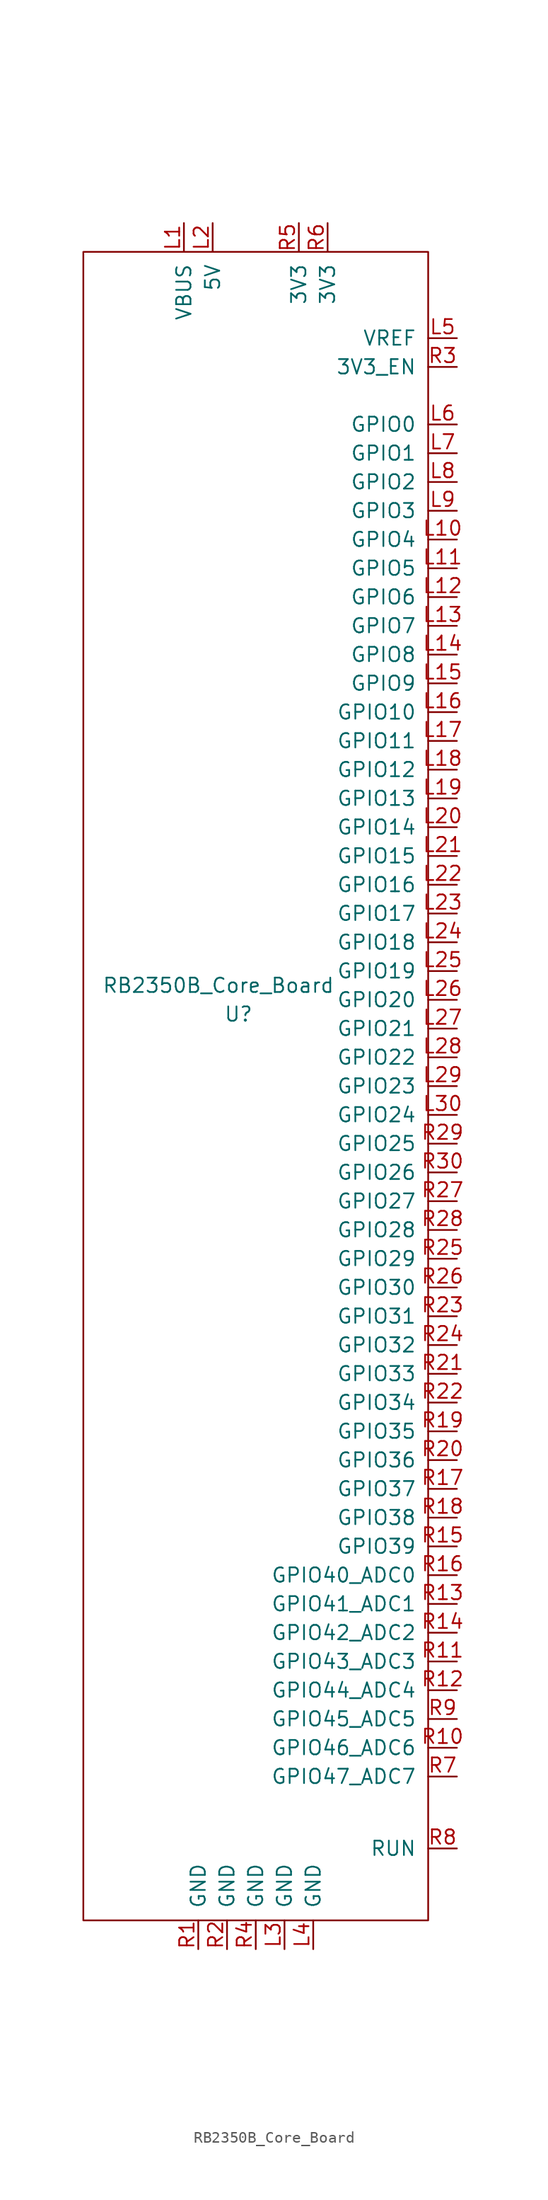
<source format=kicad_sym>
(kicad_symbol_lib
  (version 20241209)
  (generator "kicad_symbol_editor")
  (generator_version "9.0")
  (symbol "RB2350B_Core_Board"
    (pin_names
      (offset 1.016))
    (property "Reference" "U"
      (at -1.524 6.35 0)
      (effects (font (size 1.27 1.27))))
    (property "Value" "RB2350B_Core_Board"
      (at -3.302 8.89 0)
      (effects (font (size 1.27 1.27))))
    (symbol "RB2350B_Core_Board_0_1"
      (rectangle (start -15.24 73.66) (end 15.24 -73.66) (stroke (width 0) (type default)) (fill (type none))))
    (symbol "RB2350B_Core_Board_1_1"
      (pin power_out line (at -6.35 76.2 270) (length 2.54) (name "VBUS" (effects (font (size 1.27 1.27)))) (number "L1" (effects (font (size 1.27 1.27)))))
      (pin power_in line (at -5.08 -76.2 90) (length 2.54) (name "GND" (effects (font (size 1.27 1.27)))) (number "R1" (effects (font (size 1.27 1.27)))))
      (pin power_out line (at -3.81 76.2 270) (length 2.54) (name "5V" (effects (font (size 1.27 1.27)))) (number "L2" (effects (font (size 1.27 1.27)))))
      (pin power_in line (at -2.54 -76.2 90) (length 2.54) (name "GND" (effects (font (size 1.27 1.27)))) (number "R2" (effects (font (size 1.27 1.27)))))
      (pin power_in line (at 0 -76.2 90) (length 2.54) (name "GND" (effects (font (size 1.27 1.27)))) (number "R4" (effects (font (size 1.27 1.27)))))
      (pin power_in line (at 2.54 -76.2 90) (length 2.54) (name "GND" (effects (font (size 1.27 1.27)))) (number "L3" (effects (font (size 1.27 1.27)))))
      (pin power_out line (at 3.81 76.2 270) (length 2.54) (name "3V3" (effects (font (size 1.27 1.27)))) (number "R5" (effects (font (size 1.27 1.27)))))
      (pin power_in line (at 5.08 -76.2 90) (length 2.54) (name "GND" (effects (font (size 1.27 1.27)))) (number "L4" (effects (font (size 1.27 1.27)))))
      (pin power_out line (at 6.35 76.2 270) (length 2.54) (name "3V3" (effects (font (size 1.27 1.27)))) (number "R6" (effects (font (size 1.27 1.27)))))
      (pin input line (at 17.78 66.04 180) (length 2.54) (name "VREF" (effects (font (size 1.27 1.27)))) (number "L5" (effects (font (size 1.27 1.27)))))
      (pin input line (at 17.78 63.5 180) (length 2.54) (name "3V3_EN" (effects (font (size 1.27 1.27)))) (number "R3" (effects (font (size 1.27 1.27)))))
      (pin bidirectional line (at 17.78 58.42 180) (length 2.54) (name "GPIO0" (effects (font (size 1.27 1.27)))) (number "L6" (effects (font (size 1.27 1.27)))))
      (pin bidirectional line (at 17.78 55.88 180) (length 2.54) (name "GPIO1" (effects (font (size 1.27 1.27)))) (number "L7" (effects (font (size 1.27 1.27)))))
      (pin bidirectional line (at 17.78 53.34 180) (length 2.54) (name "GPIO2" (effects (font (size 1.27 1.27)))) (number "L8" (effects (font (size 1.27 1.27)))))
      (pin bidirectional line (at 17.78 50.8 180) (length 2.54) (name "GPIO3" (effects (font (size 1.27 1.27)))) (number "L9" (effects (font (size 1.27 1.27)))))
      (pin bidirectional line (at 17.78 48.26 180) (length 2.54) (name "GPIO4" (effects (font (size 1.27 1.27)))) (number "L10" (effects (font (size 1.27 1.27)))))
      (pin bidirectional line (at 17.78 45.72 180) (length 2.54) (name "GPIO5" (effects (font (size 1.27 1.27)))) (number "L11" (effects (font (size 1.27 1.27)))))
      (pin bidirectional line (at 17.78 43.18 180) (length 2.54) (name "GPIO6" (effects (font (size 1.27 1.27)))) (number "L12" (effects (font (size 1.27 1.27)))))
      (pin bidirectional line (at 17.78 40.64 180) (length 2.54) (name "GPIO7" (effects (font (size 1.27 1.27)))) (number "L13" (effects (font (size 1.27 1.27)))))
      (pin bidirectional line (at 17.78 38.1 180) (length 2.54) (name "GPIO8" (effects (font (size 1.27 1.27)))) (number "L14" (effects (font (size 1.27 1.27)))))
      (pin bidirectional line (at 17.78 35.56 180) (length 2.54) (name "GPIO9" (effects (font (size 1.27 1.27)))) (number "L15" (effects (font (size 1.27 1.27)))))
      (pin bidirectional line (at 17.78 33.02 180) (length 2.54) (name "GPIO10" (effects (font (size 1.27 1.27)))) (number "L16" (effects (font (size 1.27 1.27)))))
      (pin bidirectional line (at 17.78 30.48 180) (length 2.54) (name "GPIO11" (effects (font (size 1.27 1.27)))) (number "L17" (effects (font (size 1.27 1.27)))))
      (pin bidirectional line (at 17.78 27.94 180) (length 2.54) (name "GPIO12" (effects (font (size 1.27 1.27)))) (number "L18" (effects (font (size 1.27 1.27)))))
      (pin bidirectional line (at 17.78 25.4 180) (length 2.54) (name "GPIO13" (effects (font (size 1.27 1.27)))) (number "L19" (effects (font (size 1.27 1.27)))))
      (pin bidirectional line (at 17.78 22.86 180) (length 2.54) (name "GPIO14" (effects (font (size 1.27 1.27)))) (number "L20" (effects (font (size 1.27 1.27)))))
      (pin bidirectional line (at 17.78 20.32 180) (length 2.54) (name "GPIO15" (effects (font (size 1.27 1.27)))) (number "L21" (effects (font (size 1.27 1.27)))))
      (pin bidirectional line (at 17.78 17.78 180) (length 2.54) (name "GPIO16" (effects (font (size 1.27 1.27)))) (number "L22" (effects (font (size 1.27 1.27)))))
      (pin bidirectional line (at 17.78 15.24 180) (length 2.54) (name "GPIO17" (effects (font (size 1.27 1.27)))) (number "L23" (effects (font (size 1.27 1.27)))))
      (pin bidirectional line (at 17.78 12.7 180) (length 2.54) (name "GPIO18" (effects (font (size 1.27 1.27)))) (number "L24" (effects (font (size 1.27 1.27)))))
      (pin bidirectional line (at 17.78 10.16 180) (length 2.54) (name "GPIO19" (effects (font (size 1.27 1.27)))) (number "L25" (effects (font (size 1.27 1.27)))))
      (pin bidirectional line (at 17.78 7.62 180) (length 2.54) (name "GPIO20" (effects (font (size 1.27 1.27)))) (number "L26" (effects (font (size 1.27 1.27)))))
      (pin bidirectional line (at 17.78 5.08 180) (length 2.54) (name "GPIO21" (effects (font (size 1.27 1.27)))) (number "L27" (effects (font (size 1.27 1.27)))))
      (pin bidirectional line (at 17.78 2.54 180) (length 2.54) (name "GPIO22" (effects (font (size 1.27 1.27)))) (number "L28" (effects (font (size 1.27 1.27)))))
      (pin bidirectional line (at 17.78 0 180) (length 2.54) (name "GPIO23" (effects (font (size 1.27 1.27)))) (number "L29" (effects (font (size 1.27 1.27)))))
      (pin bidirectional line (at 17.78 -2.54 180) (length 2.54) (name "GPIO24" (effects (font (size 1.27 1.27)))) (number "L30" (effects (font (size 1.27 1.27)))))
      (pin bidirectional line (at 17.78 -5.08 180) (length 2.54) (name "GPIO25" (effects (font (size 1.27 1.27)))) (number "R29" (effects (font (size 1.27 1.27)))))
      (pin bidirectional line (at 17.78 -7.62 180) (length 2.54) (name "GPIO26" (effects (font (size 1.27 1.27)))) (number "R30" (effects (font (size 1.27 1.27)))))
      (pin bidirectional line (at 17.78 -10.16 180) (length 2.54) (name "GPIO27" (effects (font (size 1.27 1.27)))) (number "R27" (effects (font (size 1.27 1.27)))))
      (pin bidirectional line (at 17.78 -12.7 180) (length 2.54) (name "GPIO28" (effects (font (size 1.27 1.27)))) (number "R28" (effects (font (size 1.27 1.27)))))
      (pin bidirectional line (at 17.78 -15.24 180) (length 2.54) (name "GPIO29" (effects (font (size 1.27 1.27)))) (number "R25" (effects (font (size 1.27 1.27)))))
      (pin bidirectional line (at 17.78 -17.78 180) (length 2.54) (name "GPIO30" (effects (font (size 1.27 1.27)))) (number "R26" (effects (font (size 1.27 1.27)))))
      (pin bidirectional line (at 17.78 -20.32 180) (length 2.54) (name "GPIO31" (effects (font (size 1.27 1.27)))) (number "R23" (effects (font (size 1.27 1.27)))))
      (pin bidirectional line (at 17.78 -22.86 180) (length 2.54) (name "GPIO32" (effects (font (size 1.27 1.27)))) (number "R24" (effects (font (size 1.27 1.27)))))
      (pin bidirectional line (at 17.78 -25.4 180) (length 2.54) (name "GPIO33" (effects (font (size 1.27 1.27)))) (number "R21" (effects (font (size 1.27 1.27)))))
      (pin bidirectional line (at 17.78 -27.94 180) (length 2.54) (name "GPIO34" (effects (font (size 1.27 1.27)))) (number "R22" (effects (font (size 1.27 1.27)))))
      (pin bidirectional line (at 17.78 -30.48 180) (length 2.54) (name "GPIO35" (effects (font (size 1.27 1.27)))) (number "R19" (effects (font (size 1.27 1.27)))))
      (pin bidirectional line (at 17.78 -33.02 180) (length 2.54) (name "GPIO36" (effects (font (size 1.27 1.27)))) (number "R20" (effects (font (size 1.27 1.27)))))
      (pin bidirectional line (at 17.78 -35.56 180) (length 2.54) (name "GPIO37" (effects (font (size 1.27 1.27)))) (number "R17" (effects (font (size 1.27 1.27)))))
      (pin bidirectional line (at 17.78 -38.1 180) (length 2.54) (name "GPIO38" (effects (font (size 1.27 1.27)))) (number "R18" (effects (font (size 1.27 1.27)))))
      (pin bidirectional line (at 17.78 -40.64 180) (length 2.54) (name "GPIO39" (effects (font (size 1.27 1.27)))) (number "R15" (effects (font (size 1.27 1.27)))))
      (pin bidirectional line (at 17.78 -43.18 180) (length 2.54) (name "GPIO40_ADC0" (effects (font (size 1.27 1.27)))) (number "R16" (effects (font (size 1.27 1.27)))))
      (pin bidirectional line (at 17.78 -45.72 180) (length 2.54) (name "GPIO41_ADC1" (effects (font (size 1.27 1.27)))) (number "R13" (effects (font (size 1.27 1.27)))))
      (pin bidirectional line (at 17.78 -48.26 180) (length 2.54) (name "GPIO42_ADC2" (effects (font (size 1.27 1.27)))) (number "R14" (effects (font (size 1.27 1.27)))))
      (pin bidirectional line (at 17.78 -50.8 180) (length 2.54) (name "GPIO43_ADC3" (effects (font (size 1.27 1.27)))) (number "R11" (effects (font (size 1.27 1.27)))))
      (pin bidirectional line (at 17.78 -53.34 180) (length 2.54) (name "GPIO44_ADC4" (effects (font (size 1.27 1.27)))) (number "R12" (effects (font (size 1.27 1.27)))))
      (pin bidirectional line (at 17.78 -55.88 180) (length 2.54) (name "GPIO45_ADC5" (effects (font (size 1.27 1.27)))) (number "R9" (effects (font (size 1.27 1.27)))))
      (pin bidirectional line (at 17.78 -58.42 180) (length 2.54) (name "GPIO46_ADC6" (effects (font (size 1.27 1.27)))) (number "R10" (effects (font (size 1.27 1.27)))))
      (pin bidirectional line (at 17.78 -60.96 180) (length 2.54) (name "GPIO47_ADC7" (effects (font (size 1.27 1.27)))) (number "R7" (effects (font (size 1.27 1.27)))))
      (pin bidirectional line (at 17.78 -67.31 180) (length 2.54) (name "RUN" (effects (font (size 1.27 1.27)))) (number "R8" (effects (font (size 1.27 1.27))))))))
</source>
